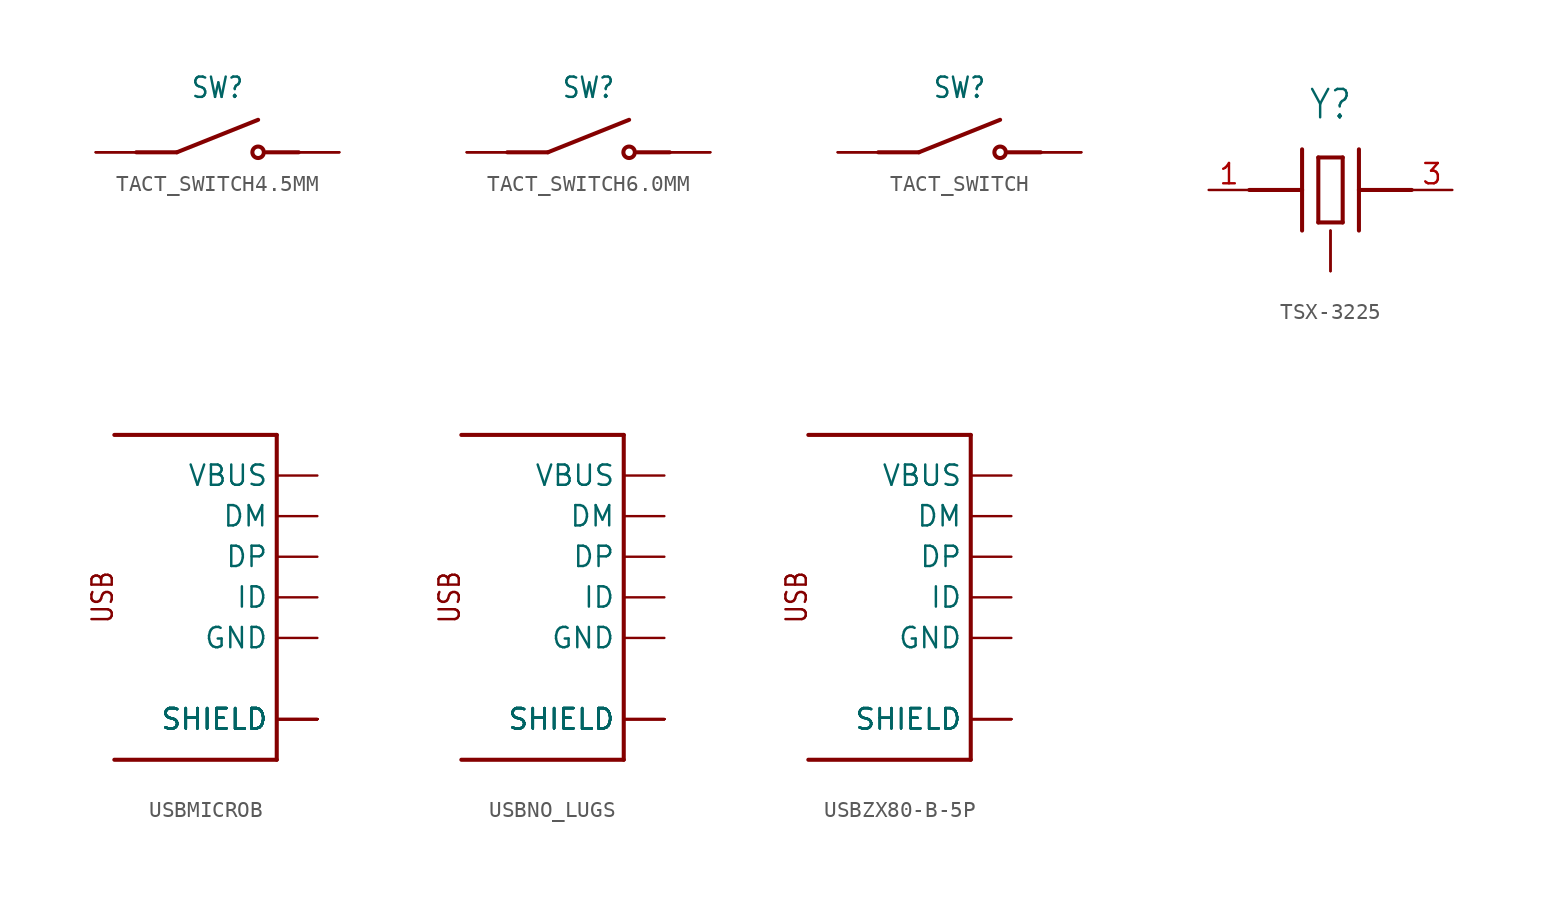
<source format=kicad_sym>
(kicad_symbol_lib
  (version 20220914)
  (generator kicad_symbol_editor)
  (symbol "TACT_SWITCH4.5MM"
    (property "Reference" "SW"
      (at 0 3.302 0)
      (effects (font (size 1.27 1.079)) (justify bottom)))
    (property "ki_locked" ""
      (at 0 0 0)
      (effects (font (size 1.27 1.27))))
    (symbol "TACT_SWITCH4.5MM_1_0"
      (polyline (pts (xy -5.08 0) (xy -2.54 0)) (stroke (width 0.254) (type solid)) (fill (type none)))
      (polyline (pts (xy -2.54 0) (xy 2.54 2.032)) (stroke (width 0.254) (type solid)) (fill (type none)))
      (polyline (pts (xy 3.048 0) (xy 5.08 0)) (stroke (width 0.254) (type solid)) (fill (type none)))
      (circle (center 2.54 0) (radius 0.359) (stroke (width 0.254) (type solid)) (fill (type none)))
      (pin bidirectional line (at -7.62 0 0) (length 2.54) (name "1" (effects (font (size 0 0)))) (number "1" (effects (font (size 0 0)))))
      (pin bidirectional line (at 7.62 0 180) (length 2.54) (name "2" (effects (font (size 0 0)))) (number "2" (effects (font (size 0 0)))))
      (pin bidirectional line (at -7.62 0 0) (length 2.54) (name "1" (effects (font (size 0 0)))) (number "3" (effects (font (size 0 0)))))
      (pin bidirectional line (at 7.62 0 180) (length 2.54) (name "2" (effects (font (size 0 0)))) (number "4" (effects (font (size 0 0)))))))
  (symbol "TACT_SWITCH6.0MM"
    (property "Reference" "SW"
      (at 0 3.302 0)
      (effects (font (size 1.27 1.079)) (justify bottom)))
    (property "ki_locked" ""
      (at 0 0 0)
      (effects (font (size 1.27 1.27))))
    (symbol "TACT_SWITCH6.0MM_1_0"
      (polyline (pts (xy -5.08 0) (xy -2.54 0)) (stroke (width 0.254) (type solid)) (fill (type none)))
      (polyline (pts (xy -2.54 0) (xy 2.54 2.032)) (stroke (width 0.254) (type solid)) (fill (type none)))
      (polyline (pts (xy 3.048 0) (xy 5.08 0)) (stroke (width 0.254) (type solid)) (fill (type none)))
      (circle (center 2.54 0) (radius 0.359) (stroke (width 0.254) (type solid)) (fill (type none)))
      (pin bidirectional line (at -7.62 0 0) (length 2.54) (name "1" (effects (font (size 0 0)))) (number "1" (effects (font (size 0 0)))))
      (pin bidirectional line (at -7.62 0 0) (length 2.54) (name "1" (effects (font (size 0 0)))) (number "2" (effects (font (size 0 0)))))
      (pin bidirectional line (at 7.62 0 180) (length 2.54) (name "2" (effects (font (size 0 0)))) (number "3" (effects (font (size 0 0)))))
      (pin bidirectional line (at 7.62 0 180) (length 2.54) (name "2" (effects (font (size 0 0)))) (number "4" (effects (font (size 0 0)))))))
  (symbol "TACT_SWITCH"
    (property "Reference" "SW"
      (at 0 3.302 0)
      (effects (font (size 1.27 1.079)) (justify bottom)))
    (property "ki_locked" ""
      (at 0 0 0)
      (effects (font (size 1.27 1.27))))
    (symbol "TACT_SWITCH_1_0"
      (polyline (pts (xy -5.08 0) (xy -2.54 0)) (stroke (width 0.254) (type solid)) (fill (type none)))
      (polyline (pts (xy -2.54 0) (xy 2.54 2.032)) (stroke (width 0.254) (type solid)) (fill (type none)))
      (polyline (pts (xy 3.048 0) (xy 5.08 0)) (stroke (width 0.254) (type solid)) (fill (type none)))
      (circle (center 2.54 0) (radius 0.359) (stroke (width 0.254) (type solid)) (fill (type none)))
      (pin bidirectional line (at -7.62 0 0) (length 2.54) (name "1" (effects (font (size 0 0)))) (number "1" (effects (font (size 0 0)))))
      (pin bidirectional line (at 7.62 0 180) (length 2.54) (name "2" (effects (font (size 0 0)))) (number "2" (effects (font (size 0 0)))))
      (pin bidirectional line (at -7.62 0 0) (length 2.54) (name "1" (effects (font (size 0 0)))) (number "3" (effects (font (size 0 0)))))
      (pin bidirectional line (at 7.62 0 180) (length 2.54) (name "2" (effects (font (size 0 0)))) (number "4" (effects (font (size 0 0)))))))
  (symbol "TSX-3225"
    (property "Reference" "Y"
      (at 0 4.318 0)
      (effects (font (size 1.778 1.511)) (justify bottom)))
    (property "ki_locked" ""
      (at 0 0 0)
      (effects (font (size 1.27 1.27))))
    (symbol "TSX-3225_1_0"
      (polyline (pts (xy -5.08 0) (xy -1.778 0)) (stroke (width 0.254) (type solid)) (fill (type none)))
      (polyline (pts (xy -1.778 0) (xy -1.778 -2.54)) (stroke (width 0.254) (type solid)) (fill (type none)))
      (polyline (pts (xy -1.778 2.54) (xy -1.778 0)) (stroke (width 0.254) (type solid)) (fill (type none)))
      (polyline (pts (xy -0.762 -2.032) (xy -0.762 2.032)) (stroke (width 0.254) (type solid)) (fill (type none)))
      (polyline (pts (xy -0.762 2.032) (xy 0.762 2.032)) (stroke (width 0.254) (type solid)) (fill (type none)))
      (polyline (pts (xy 0.762 -2.032) (xy -0.762 -2.032)) (stroke (width 0.254) (type solid)) (fill (type none)))
      (polyline (pts (xy 0.762 2.032) (xy 0.762 -2.032)) (stroke (width 0.254) (type solid)) (fill (type none)))
      (polyline (pts (xy 1.778 0) (xy 1.778 -2.54)) (stroke (width 0.254) (type solid)) (fill (type none)))
      (polyline (pts (xy 1.778 2.54) (xy 1.778 0)) (stroke (width 0.254) (type solid)) (fill (type none)))
      (polyline (pts (xy 5.08 0) (xy 1.778 0)) (stroke (width 0.254) (type solid)) (fill (type none)))
      (pin bidirectional line (at -7.62 0 0) (length 2.54) (name "1" (effects (font (size 0 0)))) (number "1" (effects (font (size 1.27 1.27)))))
      (pin bidirectional line (at 0 -5.08 90) (length 2.54) (name "GND" (effects (font (size 0 0)))) (number "2" (effects (font (size 0 0)))))
      (pin bidirectional line (at 7.62 0 180) (length 2.54) (name "2" (effects (font (size 0 0)))) (number "3" (effects (font (size 1.27 1.27)))))
      (pin bidirectional line (at 0 -5.08 90) (length 2.54) (name "GND" (effects (font (size 0 0)))) (number "4" (effects (font (size 0 0)))))))
  (symbol "USBMICROB"
    (property "Reference" "USB"
      (at 0 0 0)
      (effects (font (size 1.27 1.27)) hide))
    (property "ki_locked" ""
      (at 0 0 0)
      (effects (font (size 1.27 1.27))))
    (symbol "USBMICROB_1_0"
      (polyline (pts (xy 5.08 -12.7) (xy -5.08 -12.7)) (stroke (width 0.254) (type solid)) (fill (type none)))
      (polyline (pts (xy 5.08 -12.7) (xy 5.08 7.62)) (stroke (width 0.254) (type solid)) (fill (type none)))
      (polyline (pts (xy 5.08 7.62) (xy -5.08 7.62)) (stroke (width 0.254) (type solid)) (fill (type none)))
      (text "USB" (at -5.08 -2.54 900) (effects (font (size 1.27 1.079)) (justify bottom)))
      (pin bidirectional line (at 7.62 2.54 180) (length 2.54) (name "DM" (effects (font (size 1.27 1.27)))) (number "DM" (effects (font (size 0 0)))))
      (pin bidirectional line (at 7.62 0 180) (length 2.54) (name "DP" (effects (font (size 1.27 1.27)))) (number "DP" (effects (font (size 0 0)))))
      (pin bidirectional line (at 7.62 -5.08 180) (length 2.54) (name "GND" (effects (font (size 1.27 1.27)))) (number "GND" (effects (font (size 0 0)))))
      (pin bidirectional line (at 7.62 -2.54 180) (length 2.54) (name "ID" (effects (font (size 1.27 1.27)))) (number "ID" (effects (font (size 0 0)))))
      (pin bidirectional line (at 7.62 -10.16 180) (length 2.54) (name "SHIELD" (effects (font (size 1.27 1.27)))) (number "SH1" (effects (font (size 0 0)))))
      (pin bidirectional line (at 7.62 -10.16 180) (length 2.54) (name "SHIELD" (effects (font (size 1.27 1.27)))) (number "SH2" (effects (font (size 0 0)))))
      (pin bidirectional line (at 7.62 -10.16 180) (length 2.54) (name "SHIELD" (effects (font (size 1.27 1.27)))) (number "SH3" (effects (font (size 0 0)))))
      (pin bidirectional line (at 7.62 -10.16 180) (length 2.54) (name "SHIELD" (effects (font (size 1.27 1.27)))) (number "SH4" (effects (font (size 0 0)))))
      (pin bidirectional line (at 7.62 -10.16 180) (length 2.54) (name "SHIELD" (effects (font (size 1.27 1.27)))) (number "SH5" (effects (font (size 0 0)))))
      (pin bidirectional line (at 7.62 -10.16 180) (length 2.54) (name "SHIELD" (effects (font (size 1.27 1.27)))) (number "SH6" (effects (font (size 0 0)))))
      (pin bidirectional line (at 7.62 -10.16 180) (length 2.54) (name "SHIELD" (effects (font (size 1.27 1.27)))) (number "SH7" (effects (font (size 0 0)))))
      (pin bidirectional line (at 7.62 -10.16 180) (length 2.54) (name "SHIELD" (effects (font (size 1.27 1.27)))) (number "SH8" (effects (font (size 0 0)))))
      (pin bidirectional line (at 7.62 5.08 180) (length 2.54) (name "VBUS" (effects (font (size 1.27 1.27)))) (number "VBUS" (effects (font (size 0 0)))))))
  (symbol "USBNO_LUGS"
    (property "Reference" "USB"
      (at 0 0 0)
      (effects (font (size 1.27 1.27)) hide))
    (property "ki_locked" ""
      (at 0 0 0)
      (effects (font (size 1.27 1.27))))
    (symbol "USBNO_LUGS_1_0"
      (polyline (pts (xy 5.08 -12.7) (xy -5.08 -12.7)) (stroke (width 0.254) (type solid)) (fill (type none)))
      (polyline (pts (xy 5.08 -12.7) (xy 5.08 7.62)) (stroke (width 0.254) (type solid)) (fill (type none)))
      (polyline (pts (xy 5.08 7.62) (xy -5.08 7.62)) (stroke (width 0.254) (type solid)) (fill (type none)))
      (text "USB" (at -5.08 -2.54 900) (effects (font (size 1.27 1.079)) (justify bottom)))
      (pin bidirectional line (at 7.62 2.54 180) (length 2.54) (name "DM" (effects (font (size 1.27 1.27)))) (number "DM" (effects (font (size 0 0)))))
      (pin bidirectional line (at 7.62 0 180) (length 2.54) (name "DP" (effects (font (size 1.27 1.27)))) (number "DP" (effects (font (size 0 0)))))
      (pin bidirectional line (at 7.62 -5.08 180) (length 2.54) (name "GND" (effects (font (size 1.27 1.27)))) (number "GND" (effects (font (size 0 0)))))
      (pin bidirectional line (at 7.62 -2.54 180) (length 2.54) (name "ID" (effects (font (size 1.27 1.27)))) (number "ID" (effects (font (size 0 0)))))
      (pin bidirectional line (at 7.62 -10.16 180) (length 2.54) (name "SHIELD" (effects (font (size 1.27 1.27)))) (number "SH1" (effects (font (size 0 0)))))
      (pin bidirectional line (at 7.62 -10.16 180) (length 2.54) (name "SHIELD" (effects (font (size 1.27 1.27)))) (number "SH2" (effects (font (size 0 0)))))
      (pin bidirectional line (at 7.62 -10.16 180) (length 2.54) (name "SHIELD" (effects (font (size 1.27 1.27)))) (number "SH3" (effects (font (size 0 0)))))
      (pin bidirectional line (at 7.62 -10.16 180) (length 2.54) (name "SHIELD" (effects (font (size 1.27 1.27)))) (number "SH4" (effects (font (size 0 0)))))
      (pin bidirectional line (at 7.62 -10.16 180) (length 2.54) (name "SHIELD" (effects (font (size 1.27 1.27)))) (number "SH5" (effects (font (size 0 0)))))
      (pin bidirectional line (at 7.62 -10.16 180) (length 2.54) (name "SHIELD" (effects (font (size 1.27 1.27)))) (number "SH6" (effects (font (size 0 0)))))
      (pin bidirectional line (at 7.62 5.08 180) (length 2.54) (name "VBUS" (effects (font (size 1.27 1.27)))) (number "VBUS" (effects (font (size 0 0)))))))
  (symbol "USBZX80-B-5P"
    (property "Reference" "USB"
      (at 0 0 0)
      (effects (font (size 1.27 1.27)) hide))
    (property "ki_locked" ""
      (at 0 0 0)
      (effects (font (size 1.27 1.27))))
    (symbol "USBZX80-B-5P_1_0"
      (polyline (pts (xy 5.08 -12.7) (xy -5.08 -12.7)) (stroke (width 0.254) (type solid)) (fill (type none)))
      (polyline (pts (xy 5.08 -12.7) (xy 5.08 7.62)) (stroke (width 0.254) (type solid)) (fill (type none)))
      (polyline (pts (xy 5.08 7.62) (xy -5.08 7.62)) (stroke (width 0.254) (type solid)) (fill (type none)))
      (text "USB" (at -5.08 -2.54 900) (effects (font (size 1.27 1.079)) (justify bottom)))
      (pin bidirectional line (at 7.62 0 180) (length 2.54) (name "DP" (effects (font (size 1.27 1.27)))) (number "D+" (effects (font (size 0 0)))))
      (pin bidirectional line (at 7.62 2.54 180) (length 2.54) (name "DM" (effects (font (size 1.27 1.27)))) (number "D-" (effects (font (size 0 0)))))
      (pin bidirectional line (at 7.62 -5.08 180) (length 2.54) (name "GND" (effects (font (size 1.27 1.27)))) (number "GND" (effects (font (size 0 0)))))
      (pin bidirectional line (at 7.62 -2.54 180) (length 2.54) (name "ID" (effects (font (size 1.27 1.27)))) (number "ID" (effects (font (size 0 0)))))
      (pin bidirectional line (at 7.62 -10.16 180) (length 2.54) (name "SHIELD" (effects (font (size 1.27 1.27)))) (number "P$6" (effects (font (size 0 0)))))
      (pin bidirectional line (at 7.62 -10.16 180) (length 2.54) (name "SHIELD" (effects (font (size 1.27 1.27)))) (number "P$7" (effects (font (size 0 0)))))
      (pin bidirectional line (at 7.62 -10.16 180) (length 2.54) (name "SHIELD" (effects (font (size 1.27 1.27)))) (number "P$8" (effects (font (size 0 0)))))
      (pin bidirectional line (at 7.62 -10.16 180) (length 2.54) (name "SHIELD" (effects (font (size 1.27 1.27)))) (number "P$9" (effects (font (size 0 0)))))
      (pin bidirectional line (at 7.62 5.08 180) (length 2.54) (name "VBUS" (effects (font (size 1.27 1.27)))) (number "VBUS" (effects (font (size 0 0))))))))
</source>
